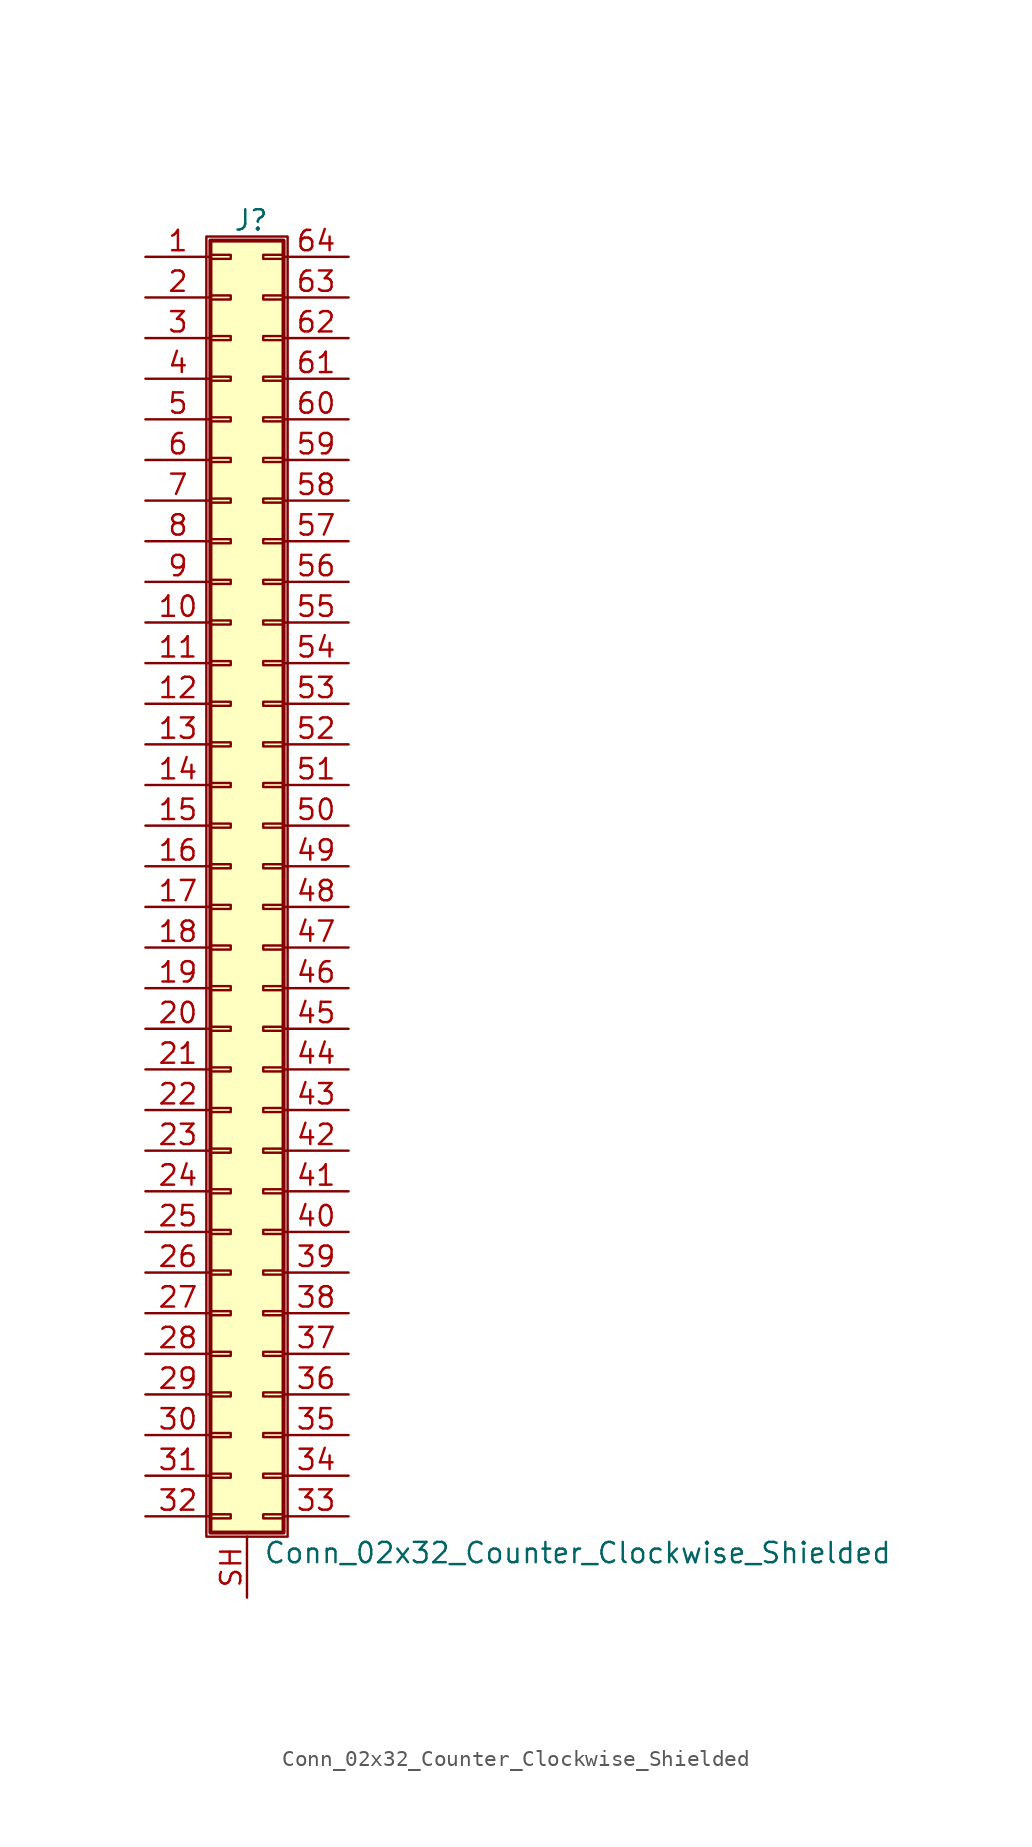
<source format=kicad_sym>
(kicad_symbol_lib
  (version 20211014)
  (generator kicad_symbol_editor)
  (symbol "Conn_02x32_Counter_Clockwise_Shielded"
    (pin_names
      (offset 1.016) hide)
    (property "Reference" "J"
      (at 1.524 40.386 0)
      (effects (font (size 1.27 1.27))))
    (property "Value" "Conn_02x32_Counter_Clockwise_Shielded"
      (at 2.286 -42.926 0)
      (effects (font (size 1.27 1.27)) (justify left)))
    (symbol "Conn_02x32_Counter_Clockwise_Shielded_1_1"
      (rectangle (start -1.27 39.37) (end 3.81 -41.91) (stroke (width 0.152) (type default) (color 0 0 0 0)) (fill (type none)))
      (rectangle (start -1.016 -40.513) (end 0.254 -40.767) (stroke (width 0.152) (type default) (color 0 0 0 0)) (fill (type none)))
      (rectangle (start -1.016 -37.973) (end 0.254 -38.227) (stroke (width 0.152) (type default) (color 0 0 0 0)) (fill (type none)))
      (rectangle (start -1.016 -35.433) (end 0.254 -35.687) (stroke (width 0.152) (type default) (color 0 0 0 0)) (fill (type none)))
      (rectangle (start -1.016 -32.893) (end 0.254 -33.147) (stroke (width 0.152) (type default) (color 0 0 0 0)) (fill (type none)))
      (rectangle (start -1.016 -30.353) (end 0.254 -30.607) (stroke (width 0.152) (type default) (color 0 0 0 0)) (fill (type none)))
      (rectangle (start -1.016 -27.813) (end 0.254 -28.067) (stroke (width 0.152) (type default) (color 0 0 0 0)) (fill (type none)))
      (rectangle (start -1.016 -25.273) (end 0.254 -25.527) (stroke (width 0.152) (type default) (color 0 0 0 0)) (fill (type none)))
      (rectangle (start -1.016 -22.733) (end 0.254 -22.987) (stroke (width 0.152) (type default) (color 0 0 0 0)) (fill (type none)))
      (rectangle (start -1.016 -20.193) (end 0.254 -20.447) (stroke (width 0.152) (type default) (color 0 0 0 0)) (fill (type none)))
      (rectangle (start -1.016 -17.653) (end 0.254 -17.907) (stroke (width 0.152) (type default) (color 0 0 0 0)) (fill (type none)))
      (rectangle (start -1.016 -15.113) (end 0.254 -15.367) (stroke (width 0.152) (type default) (color 0 0 0 0)) (fill (type none)))
      (rectangle (start -1.016 -12.573) (end 0.254 -12.827) (stroke (width 0.152) (type default) (color 0 0 0 0)) (fill (type none)))
      (rectangle (start -1.016 -10.033) (end 0.254 -10.287) (stroke (width 0.152) (type default) (color 0 0 0 0)) (fill (type none)))
      (rectangle (start -1.016 -7.493) (end 0.254 -7.747) (stroke (width 0.152) (type default) (color 0 0 0 0)) (fill (type none)))
      (rectangle (start -1.016 -4.953) (end 0.254 -5.207) (stroke (width 0.152) (type default) (color 0 0 0 0)) (fill (type none)))
      (rectangle (start -1.016 -2.413) (end 0.254 -2.667) (stroke (width 0.152) (type default) (color 0 0 0 0)) (fill (type none)))
      (rectangle (start -1.016 0.127) (end 0.254 -0.127) (stroke (width 0.152) (type default) (color 0 0 0 0)) (fill (type none)))
      (rectangle (start -1.016 2.667) (end 0.254 2.413) (stroke (width 0.152) (type default) (color 0 0 0 0)) (fill (type none)))
      (rectangle (start -1.016 5.207) (end 0.254 4.953) (stroke (width 0.152) (type default) (color 0 0 0 0)) (fill (type none)))
      (rectangle (start -1.016 7.747) (end 0.254 7.493) (stroke (width 0.152) (type default) (color 0 0 0 0)) (fill (type none)))
      (rectangle (start -1.016 10.287) (end 0.254 10.033) (stroke (width 0.152) (type default) (color 0 0 0 0)) (fill (type none)))
      (rectangle (start -1.016 12.827) (end 0.254 12.573) (stroke (width 0.152) (type default) (color 0 0 0 0)) (fill (type none)))
      (rectangle (start -1.016 15.367) (end 0.254 15.113) (stroke (width 0.152) (type default) (color 0 0 0 0)) (fill (type none)))
      (rectangle (start -1.016 17.907) (end 0.254 17.653) (stroke (width 0.152) (type default) (color 0 0 0 0)) (fill (type none)))
      (rectangle (start -1.016 20.447) (end 0.254 20.193) (stroke (width 0.152) (type default) (color 0 0 0 0)) (fill (type none)))
      (rectangle (start -1.016 22.987) (end 0.254 22.733) (stroke (width 0.152) (type default) (color 0 0 0 0)) (fill (type none)))
      (rectangle (start -1.016 25.527) (end 0.254 25.273) (stroke (width 0.152) (type default) (color 0 0 0 0)) (fill (type none)))
      (rectangle (start -1.016 28.067) (end 0.254 27.813) (stroke (width 0.152) (type default) (color 0 0 0 0)) (fill (type none)))
      (rectangle (start -1.016 30.607) (end 0.254 30.353) (stroke (width 0.152) (type default) (color 0 0 0 0)) (fill (type none)))
      (rectangle (start -1.016 33.147) (end 0.254 32.893) (stroke (width 0.152) (type default) (color 0 0 0 0)) (fill (type none)))
      (rectangle (start -1.016 35.687) (end 0.254 35.433) (stroke (width 0.152) (type default) (color 0 0 0 0)) (fill (type none)))
      (rectangle (start -1.016 38.227) (end 0.254 37.973) (stroke (width 0.152) (type default) (color 0 0 0 0)) (fill (type none)))
      (rectangle (start -1.016 39.116) (end 3.556 -41.656) (stroke (width 0.254) (type default) (color 0 0 0 0)) (fill (type background)))
      (rectangle (start 3.556 -40.513) (end 2.286 -40.767) (stroke (width 0.152) (type default) (color 0 0 0 0)) (fill (type none)))
      (rectangle (start 3.556 -37.973) (end 2.286 -38.227) (stroke (width 0.152) (type default) (color 0 0 0 0)) (fill (type none)))
      (rectangle (start 3.556 -35.433) (end 2.286 -35.687) (stroke (width 0.152) (type default) (color 0 0 0 0)) (fill (type none)))
      (rectangle (start 3.556 -32.893) (end 2.286 -33.147) (stroke (width 0.152) (type default) (color 0 0 0 0)) (fill (type none)))
      (rectangle (start 3.556 -30.353) (end 2.286 -30.607) (stroke (width 0.152) (type default) (color 0 0 0 0)) (fill (type none)))
      (rectangle (start 3.556 -27.813) (end 2.286 -28.067) (stroke (width 0.152) (type default) (color 0 0 0 0)) (fill (type none)))
      (rectangle (start 3.556 -25.273) (end 2.286 -25.527) (stroke (width 0.152) (type default) (color 0 0 0 0)) (fill (type none)))
      (rectangle (start 3.556 -22.733) (end 2.286 -22.987) (stroke (width 0.152) (type default) (color 0 0 0 0)) (fill (type none)))
      (rectangle (start 3.556 -20.193) (end 2.286 -20.447) (stroke (width 0.152) (type default) (color 0 0 0 0)) (fill (type none)))
      (rectangle (start 3.556 -17.653) (end 2.286 -17.907) (stroke (width 0.152) (type default) (color 0 0 0 0)) (fill (type none)))
      (rectangle (start 3.556 -15.113) (end 2.286 -15.367) (stroke (width 0.152) (type default) (color 0 0 0 0)) (fill (type none)))
      (rectangle (start 3.556 -12.573) (end 2.286 -12.827) (stroke (width 0.152) (type default) (color 0 0 0 0)) (fill (type none)))
      (rectangle (start 3.556 -10.033) (end 2.286 -10.287) (stroke (width 0.152) (type default) (color 0 0 0 0)) (fill (type none)))
      (rectangle (start 3.556 -7.493) (end 2.286 -7.747) (stroke (width 0.152) (type default) (color 0 0 0 0)) (fill (type none)))
      (rectangle (start 3.556 -4.953) (end 2.286 -5.207) (stroke (width 0.152) (type default) (color 0 0 0 0)) (fill (type none)))
      (rectangle (start 3.556 -2.413) (end 2.286 -2.667) (stroke (width 0.152) (type default) (color 0 0 0 0)) (fill (type none)))
      (rectangle (start 3.556 0.127) (end 2.286 -0.127) (stroke (width 0.152) (type default) (color 0 0 0 0)) (fill (type none)))
      (rectangle (start 3.556 2.667) (end 2.286 2.413) (stroke (width 0.152) (type default) (color 0 0 0 0)) (fill (type none)))
      (rectangle (start 3.556 5.207) (end 2.286 4.953) (stroke (width 0.152) (type default) (color 0 0 0 0)) (fill (type none)))
      (rectangle (start 3.556 7.747) (end 2.286 7.493) (stroke (width 0.152) (type default) (color 0 0 0 0)) (fill (type none)))
      (rectangle (start 3.556 10.287) (end 2.286 10.033) (stroke (width 0.152) (type default) (color 0 0 0 0)) (fill (type none)))
      (rectangle (start 3.556 12.827) (end 2.286 12.573) (stroke (width 0.152) (type default) (color 0 0 0 0)) (fill (type none)))
      (rectangle (start 3.556 15.367) (end 2.286 15.113) (stroke (width 0.152) (type default) (color 0 0 0 0)) (fill (type none)))
      (rectangle (start 3.556 17.907) (end 2.286 17.653) (stroke (width 0.152) (type default) (color 0 0 0 0)) (fill (type none)))
      (rectangle (start 3.556 20.447) (end 2.286 20.193) (stroke (width 0.152) (type default) (color 0 0 0 0)) (fill (type none)))
      (rectangle (start 3.556 22.987) (end 2.286 22.733) (stroke (width 0.152) (type default) (color 0 0 0 0)) (fill (type none)))
      (rectangle (start 3.556 25.527) (end 2.286 25.273) (stroke (width 0.152) (type default) (color 0 0 0 0)) (fill (type none)))
      (rectangle (start 3.556 28.067) (end 2.286 27.813) (stroke (width 0.152) (type default) (color 0 0 0 0)) (fill (type none)))
      (rectangle (start 3.556 30.607) (end 2.286 30.353) (stroke (width 0.152) (type default) (color 0 0 0 0)) (fill (type none)))
      (rectangle (start 3.556 33.147) (end 2.286 32.893) (stroke (width 0.152) (type default) (color 0 0 0 0)) (fill (type none)))
      (rectangle (start 3.556 35.687) (end 2.286 35.433) (stroke (width 0.152) (type default) (color 0 0 0 0)) (fill (type none)))
      (rectangle (start 3.556 38.227) (end 2.286 37.973) (stroke (width 0.152) (type default) (color 0 0 0 0)) (fill (type none)))
      (pin passive line (at -5.08 38.1 0) (length 4.064) (name "Pin_1" (effects (font (size 1.27 1.27)))) (number "1" (effects (font (size 1.27 1.27)))))
      (pin passive line (at -5.08 15.24 0) (length 4.064) (name "Pin_10" (effects (font (size 1.27 1.27)))) (number "10" (effects (font (size 1.27 1.27)))))
      (pin passive line (at -5.08 12.7 0) (length 4.064) (name "Pin_11" (effects (font (size 1.27 1.27)))) (number "11" (effects (font (size 1.27 1.27)))))
      (pin passive line (at -5.08 10.16 0) (length 4.064) (name "Pin_12" (effects (font (size 1.27 1.27)))) (number "12" (effects (font (size 1.27 1.27)))))
      (pin passive line (at -5.08 7.62 0) (length 4.064) (name "Pin_13" (effects (font (size 1.27 1.27)))) (number "13" (effects (font (size 1.27 1.27)))))
      (pin passive line (at -5.08 5.08 0) (length 4.064) (name "Pin_14" (effects (font (size 1.27 1.27)))) (number "14" (effects (font (size 1.27 1.27)))))
      (pin passive line (at -5.08 2.54 0) (length 4.064) (name "Pin_15" (effects (font (size 1.27 1.27)))) (number "15" (effects (font (size 1.27 1.27)))))
      (pin passive line (at -5.08 0 0) (length 4.064) (name "Pin_16" (effects (font (size 1.27 1.27)))) (number "16" (effects (font (size 1.27 1.27)))))
      (pin passive line (at -5.08 -2.54 0) (length 4.064) (name "Pin_17" (effects (font (size 1.27 1.27)))) (number "17" (effects (font (size 1.27 1.27)))))
      (pin passive line (at -5.08 -5.08 0) (length 4.064) (name "Pin_18" (effects (font (size 1.27 1.27)))) (number "18" (effects (font (size 1.27 1.27)))))
      (pin passive line (at -5.08 -7.62 0) (length 4.064) (name "Pin_19" (effects (font (size 1.27 1.27)))) (number "19" (effects (font (size 1.27 1.27)))))
      (pin passive line (at -5.08 35.56 0) (length 4.064) (name "Pin_2" (effects (font (size 1.27 1.27)))) (number "2" (effects (font (size 1.27 1.27)))))
      (pin passive line (at -5.08 -10.16 0) (length 4.064) (name "Pin_20" (effects (font (size 1.27 1.27)))) (number "20" (effects (font (size 1.27 1.27)))))
      (pin passive line (at -5.08 -12.7 0) (length 4.064) (name "Pin_21" (effects (font (size 1.27 1.27)))) (number "21" (effects (font (size 1.27 1.27)))))
      (pin passive line (at -5.08 -15.24 0) (length 4.064) (name "Pin_22" (effects (font (size 1.27 1.27)))) (number "22" (effects (font (size 1.27 1.27)))))
      (pin passive line (at -5.08 -17.78 0) (length 4.064) (name "Pin_23" (effects (font (size 1.27 1.27)))) (number "23" (effects (font (size 1.27 1.27)))))
      (pin passive line (at -5.08 -20.32 0) (length 4.064) (name "Pin_24" (effects (font (size 1.27 1.27)))) (number "24" (effects (font (size 1.27 1.27)))))
      (pin passive line (at -5.08 -22.86 0) (length 4.064) (name "Pin_25" (effects (font (size 1.27 1.27)))) (number "25" (effects (font (size 1.27 1.27)))))
      (pin passive line (at -5.08 -25.4 0) (length 4.064) (name "Pin_26" (effects (font (size 1.27 1.27)))) (number "26" (effects (font (size 1.27 1.27)))))
      (pin passive line (at -5.08 -27.94 0) (length 4.064) (name "Pin_27" (effects (font (size 1.27 1.27)))) (number "27" (effects (font (size 1.27 1.27)))))
      (pin passive line (at -5.08 -30.48 0) (length 4.064) (name "Pin_28" (effects (font (size 1.27 1.27)))) (number "28" (effects (font (size 1.27 1.27)))))
      (pin passive line (at -5.08 -33.02 0) (length 4.064) (name "Pin_29" (effects (font (size 1.27 1.27)))) (number "29" (effects (font (size 1.27 1.27)))))
      (pin passive line (at -5.08 33.02 0) (length 4.064) (name "Pin_3" (effects (font (size 1.27 1.27)))) (number "3" (effects (font (size 1.27 1.27)))))
      (pin passive line (at -5.08 -35.56 0) (length 4.064) (name "Pin_30" (effects (font (size 1.27 1.27)))) (number "30" (effects (font (size 1.27 1.27)))))
      (pin passive line (at -5.08 -38.1 0) (length 4.064) (name "Pin_31" (effects (font (size 1.27 1.27)))) (number "31" (effects (font (size 1.27 1.27)))))
      (pin passive line (at -5.08 -40.64 0) (length 4.064) (name "Pin_32" (effects (font (size 1.27 1.27)))) (number "32" (effects (font (size 1.27 1.27)))))
      (pin passive line (at 7.62 -40.64 180) (length 4.064) (name "Pin_33" (effects (font (size 1.27 1.27)))) (number "33" (effects (font (size 1.27 1.27)))))
      (pin passive line (at 7.62 -38.1 180) (length 4.064) (name "Pin_34" (effects (font (size 1.27 1.27)))) (number "34" (effects (font (size 1.27 1.27)))))
      (pin passive line (at 7.62 -35.56 180) (length 4.064) (name "Pin_35" (effects (font (size 1.27 1.27)))) (number "35" (effects (font (size 1.27 1.27)))))
      (pin passive line (at 7.62 -33.02 180) (length 4.064) (name "Pin_36" (effects (font (size 1.27 1.27)))) (number "36" (effects (font (size 1.27 1.27)))))
      (pin passive line (at 7.62 -30.48 180) (length 4.064) (name "Pin_37" (effects (font (size 1.27 1.27)))) (number "37" (effects (font (size 1.27 1.27)))))
      (pin passive line (at 7.62 -27.94 180) (length 4.064) (name "Pin_38" (effects (font (size 1.27 1.27)))) (number "38" (effects (font (size 1.27 1.27)))))
      (pin passive line (at 7.62 -25.4 180) (length 4.064) (name "Pin_39" (effects (font (size 1.27 1.27)))) (number "39" (effects (font (size 1.27 1.27)))))
      (pin passive line (at -5.08 30.48 0) (length 4.064) (name "Pin_4" (effects (font (size 1.27 1.27)))) (number "4" (effects (font (size 1.27 1.27)))))
      (pin passive line (at 7.62 -22.86 180) (length 4.064) (name "Pin_40" (effects (font (size 1.27 1.27)))) (number "40" (effects (font (size 1.27 1.27)))))
      (pin passive line (at 7.62 -20.32 180) (length 4.064) (name "Pin_41" (effects (font (size 1.27 1.27)))) (number "41" (effects (font (size 1.27 1.27)))))
      (pin passive line (at 7.62 -17.78 180) (length 4.064) (name "Pin_42" (effects (font (size 1.27 1.27)))) (number "42" (effects (font (size 1.27 1.27)))))
      (pin passive line (at 7.62 -15.24 180) (length 4.064) (name "Pin_43" (effects (font (size 1.27 1.27)))) (number "43" (effects (font (size 1.27 1.27)))))
      (pin passive line (at 7.62 -12.7 180) (length 4.064) (name "Pin_44" (effects (font (size 1.27 1.27)))) (number "44" (effects (font (size 1.27 1.27)))))
      (pin passive line (at 7.62 -10.16 180) (length 4.064) (name "Pin_45" (effects (font (size 1.27 1.27)))) (number "45" (effects (font (size 1.27 1.27)))))
      (pin passive line (at 7.62 -7.62 180) (length 4.064) (name "Pin_46" (effects (font (size 1.27 1.27)))) (number "46" (effects (font (size 1.27 1.27)))))
      (pin passive line (at 7.62 -5.08 180) (length 4.064) (name "Pin_47" (effects (font (size 1.27 1.27)))) (number "47" (effects (font (size 1.27 1.27)))))
      (pin passive line (at 7.62 -2.54 180) (length 4.064) (name "Pin_48" (effects (font (size 1.27 1.27)))) (number "48" (effects (font (size 1.27 1.27)))))
      (pin passive line (at 7.62 0 180) (length 4.064) (name "Pin_49" (effects (font (size 1.27 1.27)))) (number "49" (effects (font (size 1.27 1.27)))))
      (pin passive line (at -5.08 27.94 0) (length 4.064) (name "Pin_5" (effects (font (size 1.27 1.27)))) (number "5" (effects (font (size 1.27 1.27)))))
      (pin passive line (at 7.62 2.54 180) (length 4.064) (name "Pin_50" (effects (font (size 1.27 1.27)))) (number "50" (effects (font (size 1.27 1.27)))))
      (pin passive line (at 7.62 5.08 180) (length 4.064) (name "Pin_51" (effects (font (size 1.27 1.27)))) (number "51" (effects (font (size 1.27 1.27)))))
      (pin passive line (at 7.62 7.62 180) (length 4.064) (name "Pin_52" (effects (font (size 1.27 1.27)))) (number "52" (effects (font (size 1.27 1.27)))))
      (pin passive line (at 7.62 10.16 180) (length 4.064) (name "Pin_53" (effects (font (size 1.27 1.27)))) (number "53" (effects (font (size 1.27 1.27)))))
      (pin passive line (at 7.62 12.7 180) (length 4.064) (name "Pin_54" (effects (font (size 1.27 1.27)))) (number "54" (effects (font (size 1.27 1.27)))))
      (pin passive line (at 7.62 15.24 180) (length 4.064) (name "Pin_55" (effects (font (size 1.27 1.27)))) (number "55" (effects (font (size 1.27 1.27)))))
      (pin passive line (at 7.62 17.78 180) (length 4.064) (name "Pin_56" (effects (font (size 1.27 1.27)))) (number "56" (effects (font (size 1.27 1.27)))))
      (pin passive line (at 7.62 20.32 180) (length 4.064) (name "Pin_57" (effects (font (size 1.27 1.27)))) (number "57" (effects (font (size 1.27 1.27)))))
      (pin passive line (at 7.62 22.86 180) (length 4.064) (name "Pin_58" (effects (font (size 1.27 1.27)))) (number "58" (effects (font (size 1.27 1.27)))))
      (pin passive line (at 7.62 25.4 180) (length 4.064) (name "Pin_59" (effects (font (size 1.27 1.27)))) (number "59" (effects (font (size 1.27 1.27)))))
      (pin passive line (at -5.08 25.4 0) (length 4.064) (name "Pin_6" (effects (font (size 1.27 1.27)))) (number "6" (effects (font (size 1.27 1.27)))))
      (pin passive line (at 7.62 27.94 180) (length 4.064) (name "Pin_60" (effects (font (size 1.27 1.27)))) (number "60" (effects (font (size 1.27 1.27)))))
      (pin passive line (at 7.62 30.48 180) (length 4.064) (name "Pin_61" (effects (font (size 1.27 1.27)))) (number "61" (effects (font (size 1.27 1.27)))))
      (pin passive line (at 7.62 33.02 180) (length 4.064) (name "Pin_62" (effects (font (size 1.27 1.27)))) (number "62" (effects (font (size 1.27 1.27)))))
      (pin passive line (at 7.62 35.56 180) (length 4.064) (name "Pin_63" (effects (font (size 1.27 1.27)))) (number "63" (effects (font (size 1.27 1.27)))))
      (pin passive line (at 7.62 38.1 180) (length 4.064) (name "Pin_64" (effects (font (size 1.27 1.27)))) (number "64" (effects (font (size 1.27 1.27)))))
      (pin passive line (at -5.08 22.86 0) (length 4.064) (name "Pin_7" (effects (font (size 1.27 1.27)))) (number "7" (effects (font (size 1.27 1.27)))))
      (pin passive line (at -5.08 20.32 0) (length 4.064) (name "Pin_8" (effects (font (size 1.27 1.27)))) (number "8" (effects (font (size 1.27 1.27)))))
      (pin passive line (at -5.08 17.78 0) (length 4.064) (name "Pin_9" (effects (font (size 1.27 1.27)))) (number "9" (effects (font (size 1.27 1.27)))))
      (pin passive line (at 1.27 -45.72 90) (length 3.81) (name "Shield" (effects (font (size 1.27 1.27)))) (number "SH" (effects (font (size 1.27 1.27))))))))
</source>
